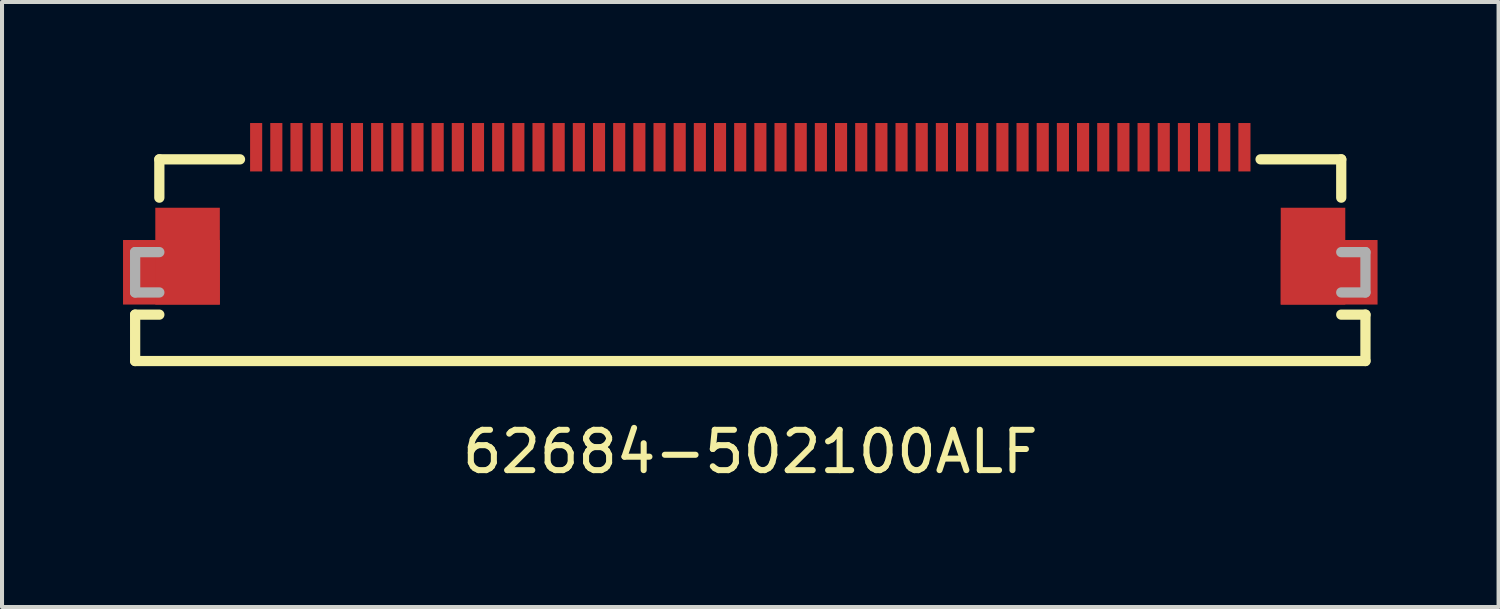
<source format=kicad_pcb>
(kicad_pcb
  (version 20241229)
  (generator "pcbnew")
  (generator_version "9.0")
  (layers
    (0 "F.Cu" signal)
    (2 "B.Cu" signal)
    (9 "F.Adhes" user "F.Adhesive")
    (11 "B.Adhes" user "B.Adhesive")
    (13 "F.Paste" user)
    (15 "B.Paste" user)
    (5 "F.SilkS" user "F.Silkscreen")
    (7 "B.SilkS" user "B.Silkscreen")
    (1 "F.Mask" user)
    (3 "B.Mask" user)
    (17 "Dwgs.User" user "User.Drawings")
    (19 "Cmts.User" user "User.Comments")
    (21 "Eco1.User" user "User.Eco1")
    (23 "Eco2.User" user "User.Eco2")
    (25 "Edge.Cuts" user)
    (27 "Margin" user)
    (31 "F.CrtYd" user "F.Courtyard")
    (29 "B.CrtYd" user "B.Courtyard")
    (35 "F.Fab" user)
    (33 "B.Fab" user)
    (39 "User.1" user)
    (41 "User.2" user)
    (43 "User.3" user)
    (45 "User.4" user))
  (footprint "62684-502100ALF"
    (layer "F.Cu")
    (at 15.55 3.15)
    (property "Reference" "62684-502100ALF" (at 0 5 0) (layer "F.SilkS") (effects (font (size 1 1) (thickness 0.15))))
    (attr through_hole)
    (fp_line (start -15.25 1.6) (end -15.25 2.75) (stroke (width 0.254) (type solid)) (layer "F.SilkS"))
    (fp_line (start -15.25 1.6) (end -14.65 1.6) (stroke (width 0.254) (type solid)) (layer "F.SilkS"))
    (fp_line (start -15.25 2.75) (end 15.25 2.75) (stroke (width 0.254) (type solid)) (layer "F.SilkS"))
    (fp_line (start -14.65 -2.25) (end -14.65 -1.3) (stroke (width 0.254) (type solid)) (layer "F.SilkS"))
    (fp_line (start -14.65 -2.25) (end -12.65 -2.25) (stroke (width 0.254) (type solid)) (layer "F.SilkS"))
    (fp_line (start 12.65 -2.25) (end 14.65 -2.25) (stroke (width 0.254) (type solid)) (layer "F.SilkS"))
    (fp_line (start 14.65 -2.25) (end 14.65 -1.3) (stroke (width 0.254) (type solid)) (layer "F.SilkS"))
    (fp_line (start 14.65 1.6) (end 15.25 1.6) (stroke (width 0.254) (type solid)) (layer "F.SilkS"))
    (fp_line (start 15.25 2.75) (end 15.25 1.6) (stroke (width 0.254) (type solid)) (layer "F.SilkS"))
    (fp_line (start -15.25 0.05) (end -14.65 0.05) (stroke (width 0.254) (type solid)) (layer "F.Fab"))
    (fp_line (start -15.25 1.05) (end -15.25 0.05) (stroke (width 0.254) (type solid)) (layer "F.Fab"))
    (fp_line (start -14.65 1.05) (end -15.25 1.05) (stroke (width 0.254) (type solid)) (layer "F.Fab"))
    (fp_line (start 14.65 0.05) (end 15.25 0.05) (stroke (width 0.254) (type solid)) (layer "F.Fab"))
    (fp_line (start 15.25 0.05) (end 15.25 1.05) (stroke (width 0.254) (type solid)) (layer "F.Fab"))
    (fp_line (start 15.25 1.05) (end 14.65 1.05) (stroke (width 0.254) (type solid)) (layer "F.Fab"))
    (pad "" smd trapezoid (at -14.35 0.55) (size 2.4 1.6) (layers "F.Cu" "F.Mask" "F.Paste"))
    (pad "" smd trapezoid (at -13.95 0.15) (size 1.6 2.4) (layers "F.Cu" "F.Mask" "F.Paste"))
    (pad "" smd trapezoid (at 13.95 0.15) (size 1.6 2.4) (layers "F.Cu" "F.Mask" "F.Paste"))
    (pad "" smd trapezoid (at 14.35 0.55) (size 2.4 1.6) (layers "F.Cu" "F.Mask" "F.Paste"))
    (pad "1" smd rect (at -12.25 -2.55) (size 0.3 1.2) (layers "F.Cu" "F.Mask" "F.Paste"))
    (pad "2" smd rect (at -11.75 -2.55) (size 0.3 1.2) (layers "F.Cu" "F.Mask" "F.Paste"))
    (pad "3" smd rect (at -11.25 -2.55) (size 0.3 1.2) (layers "F.Cu" "F.Mask" "F.Paste"))
    (pad "4" smd rect (at -10.75 -2.55) (size 0.3 1.2) (layers "F.Cu" "F.Mask" "F.Paste"))
    (pad "5" smd rect (at -10.25 -2.55) (size 0.3 1.2) (layers "F.Cu" "F.Mask" "F.Paste"))
    (pad "6" smd rect (at -9.75 -2.55) (size 0.3 1.2) (layers "F.Cu" "F.Mask" "F.Paste"))
    (pad "7" smd rect (at -9.25 -2.55) (size 0.3 1.2) (layers "F.Cu" "F.Mask" "F.Paste"))
    (pad "8" smd rect (at -8.75 -2.55) (size 0.3 1.2) (layers "F.Cu" "F.Mask" "F.Paste"))
    (pad "9" smd rect (at -8.25 -2.55) (size 0.3 1.2) (layers "F.Cu" "F.Mask" "F.Paste"))
    (pad "10" smd rect (at -7.75 -2.55) (size 0.3 1.2) (layers "F.Cu" "F.Mask" "F.Paste"))
    (pad "11" smd rect (at -7.25 -2.55) (size 0.3 1.2) (layers "F.Cu" "F.Mask" "F.Paste"))
    (pad "12" smd rect (at -6.75 -2.55) (size 0.3 1.2) (layers "F.Cu" "F.Mask" "F.Paste"))
    (pad "13" smd rect (at -6.25 -2.55) (size 0.3 1.2) (layers "F.Cu" "F.Mask" "F.Paste"))
    (pad "14" smd rect (at -5.75 -2.55) (size 0.3 1.2) (layers "F.Cu" "F.Mask" "F.Paste"))
    (pad "15" smd rect (at -5.25 -2.55) (size 0.3 1.2) (layers "F.Cu" "F.Mask" "F.Paste"))
    (pad "16" smd rect (at -4.75 -2.55) (size 0.3 1.2) (layers "F.Cu" "F.Mask" "F.Paste"))
    (pad "17" smd rect (at -4.25 -2.55) (size 0.3 1.2) (layers "F.Cu" "F.Mask" "F.Paste"))
    (pad "18" smd rect (at -3.75 -2.55) (size 0.3 1.2) (layers "F.Cu" "F.Mask" "F.Paste"))
    (pad "19" smd rect (at -3.25 -2.55) (size 0.3 1.2) (layers "F.Cu" "F.Mask" "F.Paste"))
    (pad "20" smd rect (at -2.75 -2.55) (size 0.3 1.2) (layers "F.Cu" "F.Mask" "F.Paste"))
    (pad "21" smd rect (at -2.25 -2.55) (size 0.3 1.2) (layers "F.Cu" "F.Mask" "F.Paste"))
    (pad "22" smd rect (at -1.75 -2.55) (size 0.3 1.2) (layers "F.Cu" "F.Mask" "F.Paste"))
    (pad "23" smd rect (at -1.25 -2.55) (size 0.3 1.2) (layers "F.Cu" "F.Mask" "F.Paste"))
    (pad "24" smd rect (at -0.75 -2.55) (size 0.3 1.2) (layers "F.Cu" "F.Mask" "F.Paste"))
    (pad "25" smd rect (at -0.25 -2.55) (size 0.3 1.2) (layers "F.Cu" "F.Mask" "F.Paste"))
    (pad "26" smd rect (at 0.25 -2.55) (size 0.3 1.2) (layers "F.Cu" "F.Mask" "F.Paste"))
    (pad "27" smd rect (at 0.75 -2.55) (size 0.3 1.2) (layers "F.Cu" "F.Mask" "F.Paste"))
    (pad "28" smd rect (at 1.25 -2.55) (size 0.3 1.2) (layers "F.Cu" "F.Mask" "F.Paste"))
    (pad "29" smd rect (at 1.75 -2.55) (size 0.3 1.2) (layers "F.Cu" "F.Mask" "F.Paste"))
    (pad "30" smd rect (at 2.25 -2.55) (size 0.3 1.2) (layers "F.Cu" "F.Mask" "F.Paste"))
    (pad "31" smd rect (at 2.75 -2.55) (size 0.3 1.2) (layers "F.Cu" "F.Mask" "F.Paste"))
    (pad "32" smd rect (at 3.25 -2.55) (size 0.3 1.2) (layers "F.Cu" "F.Mask" "F.Paste"))
    (pad "33" smd rect (at 3.75 -2.55) (size 0.3 1.2) (layers "F.Cu" "F.Mask" "F.Paste"))
    (pad "34" smd rect (at 4.25 -2.55) (size 0.3 1.2) (layers "F.Cu" "F.Mask" "F.Paste"))
    (pad "35" smd rect (at 4.75 -2.55) (size 0.3 1.2) (layers "F.Cu" "F.Mask" "F.Paste"))
    (pad "36" smd rect (at 5.25 -2.55) (size 0.3 1.2) (layers "F.Cu" "F.Mask" "F.Paste"))
    (pad "37" smd rect (at 5.75 -2.55) (size 0.3 1.2) (layers "F.Cu" "F.Mask" "F.Paste"))
    (pad "38" smd rect (at 6.25 -2.55) (size 0.3 1.2) (layers "F.Cu" "F.Mask" "F.Paste"))
    (pad "39" smd rect (at 6.75 -2.55) (size 0.3 1.2) (layers "F.Cu" "F.Mask" "F.Paste"))
    (pad "40" smd rect (at 7.25 -2.55) (size 0.3 1.2) (layers "F.Cu" "F.Mask" "F.Paste"))
    (pad "41" smd rect (at 7.75 -2.55) (size 0.3 1.2) (layers "F.Cu" "F.Mask" "F.Paste"))
    (pad "42" smd rect (at 8.25 -2.55) (size 0.3 1.2) (layers "F.Cu" "F.Mask" "F.Paste"))
    (pad "43" smd rect (at 8.75 -2.55) (size 0.3 1.2) (layers "F.Cu" "F.Mask" "F.Paste"))
    (pad "44" smd rect (at 9.25 -2.55) (size 0.3 1.2) (layers "F.Cu" "F.Mask" "F.Paste"))
    (pad "45" smd rect (at 9.75 -2.55) (size 0.3 1.2) (layers "F.Cu" "F.Mask" "F.Paste"))
    (pad "46" smd rect (at 10.25 -2.55) (size 0.3 1.2) (layers "F.Cu" "F.Mask" "F.Paste"))
    (pad "47" smd rect (at 10.75 -2.55) (size 0.3 1.2) (layers "F.Cu" "F.Mask" "F.Paste"))
    (pad "48" smd rect (at 11.25 -2.55) (size 0.3 1.2) (layers "F.Cu" "F.Mask" "F.Paste"))
    (pad "49" smd rect (at 11.75 -2.55) (size 0.3 1.2) (layers "F.Cu" "F.Mask" "F.Paste"))
    (pad "50" smd rect (at 12.25 -2.55) (size 0.3 1.2) (layers "F.Cu" "F.Mask" "F.Paste")))
  (gr_rect
    (start -3 -3)
    (end 34.1 11.998)
    (stroke (width 0.1) (type default))
    (fill no)
    (layer "Edge.Cuts")))
</source>
